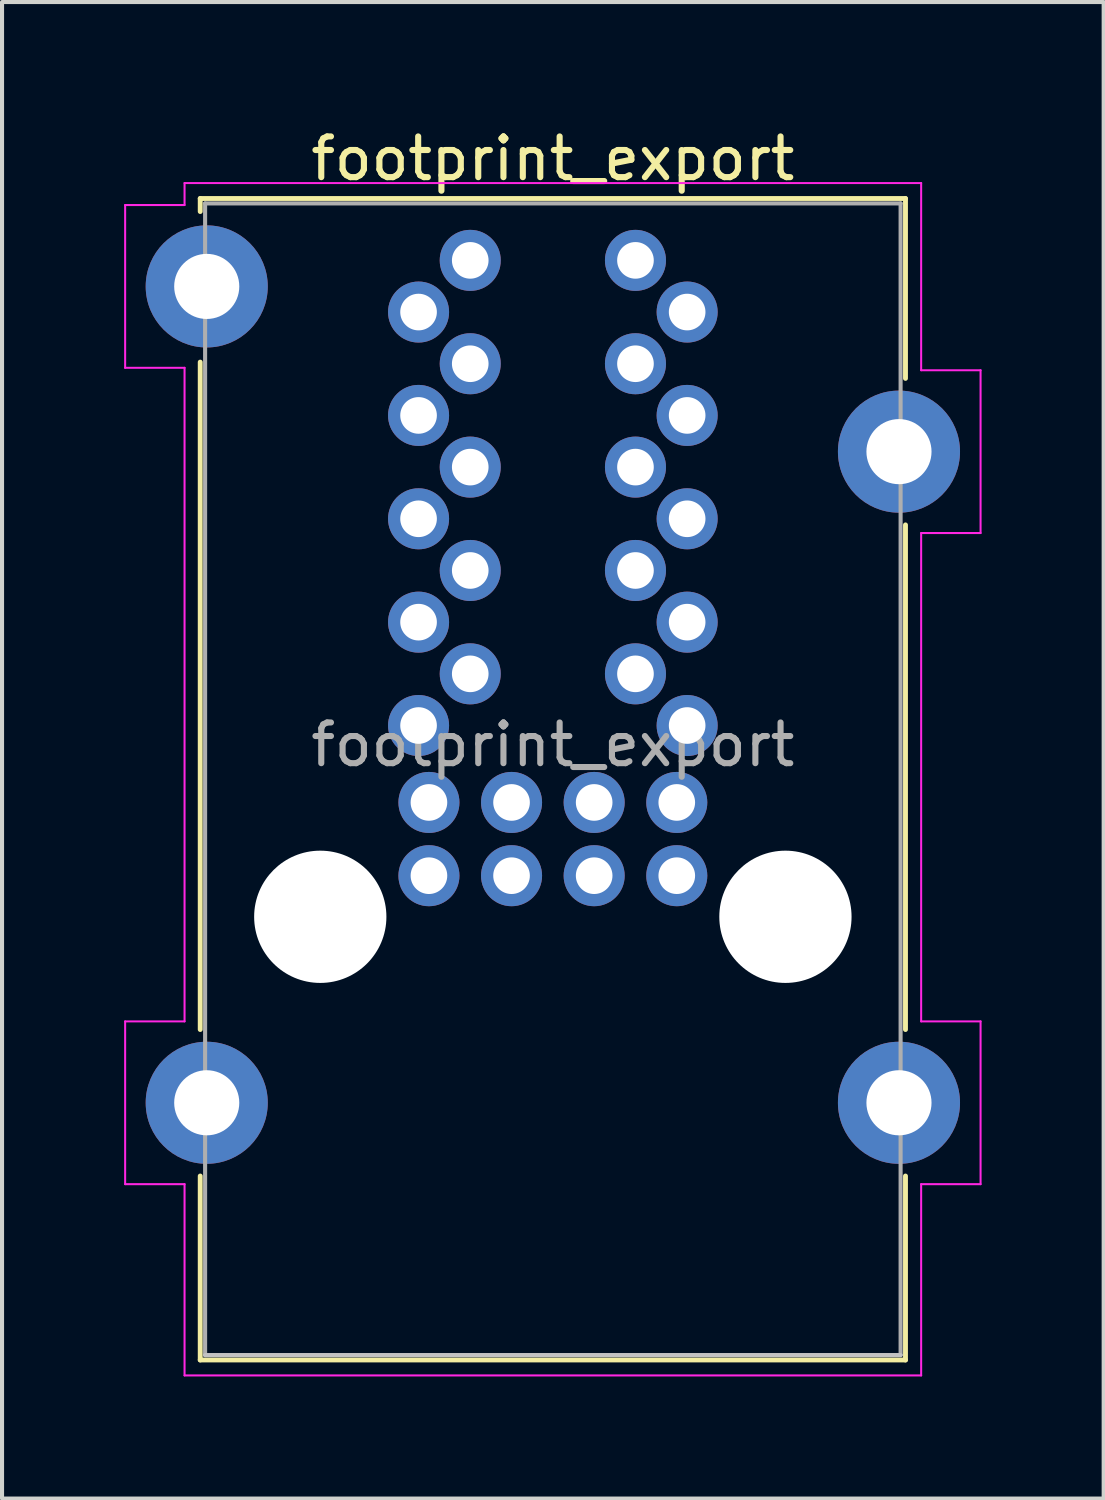
<source format=kicad_pcb>
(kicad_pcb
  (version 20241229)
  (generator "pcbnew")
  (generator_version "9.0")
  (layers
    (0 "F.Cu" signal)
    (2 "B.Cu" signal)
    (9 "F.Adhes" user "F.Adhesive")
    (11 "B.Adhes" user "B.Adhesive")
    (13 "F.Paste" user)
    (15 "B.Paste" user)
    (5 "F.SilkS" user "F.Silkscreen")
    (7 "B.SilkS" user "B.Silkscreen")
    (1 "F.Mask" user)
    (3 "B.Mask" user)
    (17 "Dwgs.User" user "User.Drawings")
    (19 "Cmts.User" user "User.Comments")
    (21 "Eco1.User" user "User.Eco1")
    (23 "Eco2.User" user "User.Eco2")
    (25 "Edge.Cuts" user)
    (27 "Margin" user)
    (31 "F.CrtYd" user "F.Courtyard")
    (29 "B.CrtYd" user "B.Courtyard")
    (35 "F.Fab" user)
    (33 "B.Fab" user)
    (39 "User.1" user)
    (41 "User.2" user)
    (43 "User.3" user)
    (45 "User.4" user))
  (footprint "footprint_export"
    (layer "F.Cu")
    (at 13.835 14.778)
    (property "Reference" "footprint_export" (at -3.3 -13.93 0) (layer "F.SilkS") (effects (font (size 1 1) (thickness 0.15))))
    (attr through_hole)
    (fp_line (start -11.965 -12.95) (end -11.965 -12.63) (stroke (width 0.12) (type solid)) (layer "F.SilkS"))
    (fp_line (start -11.965 -12.95) (end 5.365 -12.95) (stroke (width 0.12) (type solid)) (layer "F.SilkS"))
    (fp_line (start -11.965 -8.93) (end -11.965 7.47) (stroke (width 0.12) (type solid)) (layer "F.SilkS"))
    (fp_line (start -11.965 15.59) (end -11.965 11.07) (stroke (width 0.12) (type solid)) (layer "F.SilkS"))
    (fp_line (start 5.365 -12.95) (end 5.365 -8.53) (stroke (width 0.12) (type solid)) (layer "F.SilkS"))
    (fp_line (start 5.365 7.47) (end 5.365 -4.93) (stroke (width 0.12) (type solid)) (layer "F.SilkS"))
    (fp_line (start 5.365 15.59) (end -11.965 15.59) (stroke (width 0.12) (type solid)) (layer "F.SilkS"))
    (fp_line (start 5.365 15.59) (end 5.365 11.07) (stroke (width 0.12) (type solid)) (layer "F.SilkS"))
    (fp_line (start 5.245 15.47) (end -11.845 15.47) (stroke (width 0.1) (type solid)) (layer "Dwgs.User"))
    (fp_line (start -13.81 -12.79) (end -13.81 -8.79) (stroke (width 0.05) (type solid)) (layer "F.CrtYd"))
    (fp_line (start -13.81 -12.79) (end -12.35 -12.79) (stroke (width 0.05) (type solid)) (layer "F.CrtYd"))
    (fp_line (start -13.81 -8.79) (end -12.35 -8.79) (stroke (width 0.05) (type solid)) (layer "F.CrtYd"))
    (fp_line (start -13.81 7.27) (end -13.81 11.27) (stroke (width 0.05) (type solid)) (layer "F.CrtYd"))
    (fp_line (start -12.35 -13.33) (end -12.35 -12.79) (stroke (width 0.05) (type solid)) (layer "F.CrtYd"))
    (fp_line (start -12.35 -13.33) (end 5.75 -13.33) (stroke (width 0.05) (type solid)) (layer "F.CrtYd"))
    (fp_line (start -12.35 -8.79) (end -12.35 7.27) (stroke (width 0.05) (type solid)) (layer "F.CrtYd"))
    (fp_line (start -12.35 7.27) (end -13.81 7.27) (stroke (width 0.05) (type solid)) (layer "F.CrtYd"))
    (fp_line (start -12.35 11.27) (end -13.81 11.27) (stroke (width 0.05) (type solid)) (layer "F.CrtYd"))
    (fp_line (start -12.35 11.27) (end -12.35 15.97) (stroke (width 0.05) (type solid)) (layer "F.CrtYd"))
    (fp_line (start -12.35 15.97) (end 5.75 15.97) (stroke (width 0.05) (type solid)) (layer "F.CrtYd"))
    (fp_line (start 5.75 -13.33) (end 5.75 -8.73) (stroke (width 0.05) (type solid)) (layer "F.CrtYd"))
    (fp_line (start 5.75 -8.73) (end 7.21 -8.73) (stroke (width 0.05) (type solid)) (layer "F.CrtYd"))
    (fp_line (start 5.75 -4.73) (end 5.75 7.27) (stroke (width 0.05) (type solid)) (layer "F.CrtYd"))
    (fp_line (start 5.75 -4.73) (end 7.21 -4.73) (stroke (width 0.05) (type solid)) (layer "F.CrtYd"))
    (fp_line (start 5.75 7.27) (end 7.21 7.27) (stroke (width 0.05) (type solid)) (layer "F.CrtYd"))
    (fp_line (start 5.75 11.27) (end 5.75 15.97) (stroke (width 0.05) (type solid)) (layer "F.CrtYd"))
    (fp_line (start 5.75 11.27) (end 7.21 11.27) (stroke (width 0.05) (type solid)) (layer "F.CrtYd"))
    (fp_line (start 7.21 -8.73) (end 7.21 -4.73) (stroke (width 0.05) (type solid)) (layer "F.CrtYd"))
    (fp_line (start 7.21 7.27) (end 7.21 11.27) (stroke (width 0.05) (type solid)) (layer "F.CrtYd"))
    (fp_line (start -11.845 -12.83) (end 5.245 -12.83) (stroke (width 0.1) (type solid)) (layer "F.Fab"))
    (fp_line (start -11.845 15.47) (end -11.845 -12.83) (stroke (width 0.1) (type solid)) (layer "F.Fab"))
    (fp_line (start 5.245 -12.83) (end 5.245 15.47) (stroke (width 0.1) (type solid)) (layer "F.Fab"))
    (fp_line (start 5.245 15.47) (end -11.845 15.47) (stroke (width 0.1) (type solid)) (layer "F.Fab"))
    (fp_text user "${REFERENCE}" (at -3.3 0.47 0) (layer "F.Fab") (effects (font (size 1 1) (thickness 0.15))))
    (pad "" np_thru_hole circle (at -9.015 4.7) (size 3.25 3.25) (drill 3.25) (layers "*.Cu" "*.Mask"))
    (pad "" np_thru_hole circle (at 2.415 4.7) (size 3.25 3.25) (drill 3.25) (layers "*.Cu" "*.Mask"))
    (pad "1D" thru_hole circle (at -6.6 0) (size 1.5 1.5) (drill 0.9) (layers "*.Cu" "*.Mask"))
    (pad "1U" thru_hole circle (at 0 0) (size 1.5 1.5) (drill 0.9) (layers "*.Cu" "*.Mask"))
    (pad "2D" thru_hole circle (at -5.33 -1.27) (size 1.5 1.5) (drill 0.9) (layers "*.Cu" "*.Mask"))
    (pad "2U" thru_hole circle (at -1.27 -1.27) (size 1.5 1.5) (drill 0.9) (layers "*.Cu" "*.Mask"))
    (pad "3D" thru_hole circle (at -6.6 -2.54) (size 1.5 1.5) (drill 0.9) (layers "*.Cu" "*.Mask"))
    (pad "3U" thru_hole circle (at 0 -2.54) (size 1.5 1.5) (drill 0.9) (layers "*.Cu" "*.Mask"))
    (pad "4D" thru_hole circle (at -5.33 -3.81) (size 1.5 1.5) (drill 0.9) (layers "*.Cu" "*.Mask"))
    (pad "4U" thru_hole circle (at -1.27 -3.81) (size 1.5 1.5) (drill 0.9) (layers "*.Cu" "*.Mask"))
    (pad "5D" thru_hole circle (at -6.6 -5.08) (size 1.5 1.5) (drill 0.9) (layers "*.Cu" "*.Mask"))
    (pad "5U" thru_hole circle (at 0 -5.08) (size 1.5 1.5) (drill 0.9) (layers "*.Cu" "*.Mask"))
    (pad "6D" thru_hole circle (at -5.33 -6.35) (size 1.5 1.5) (drill 0.9) (layers "*.Cu" "*.Mask"))
    (pad "6U" thru_hole circle (at -1.27 -6.35) (size 1.5 1.5) (drill 0.9) (layers "*.Cu" "*.Mask"))
    (pad "7D" thru_hole circle (at -6.6 -7.62) (size 1.5 1.5) (drill 0.9) (layers "*.Cu" "*.Mask"))
    (pad "7U" thru_hole circle (at 0 -7.62) (size 1.5 1.5) (drill 0.9) (layers "*.Cu" "*.Mask"))
    (pad "8D" thru_hole circle (at -5.33 -8.89) (size 1.5 1.5) (drill 0.9) (layers "*.Cu" "*.Mask"))
    (pad "8U" thru_hole circle (at -1.27 -8.89) (size 1.5 1.5) (drill 0.9) (layers "*.Cu" "*.Mask"))
    (pad "9D" thru_hole circle (at -6.6 -10.16) (size 1.5 1.5) (drill 0.9) (layers "*.Cu" "*.Mask"))
    (pad "9U" thru_hole circle (at 0 -10.16) (size 1.5 1.5) (drill 0.9) (layers "*.Cu" "*.Mask"))
    (pad "10D" thru_hole circle (at -5.33 -11.43) (size 1.5 1.5) (drill 0.9) (layers "*.Cu" "*.Mask"))
    (pad "10U" thru_hole circle (at -1.27 -11.43) (size 1.5 1.5) (drill 0.9) (layers "*.Cu" "*.Mask"))
    (pad "11D" thru_hole circle (at -0.255 3.69) (size 1.5 1.5) (drill 0.9) (layers "*.Cu" "*.Mask"))
    (pad "11U" thru_hole circle (at -0.255 1.89) (size 1.5 1.5) (drill 0.9) (layers "*.Cu" "*.Mask"))
    (pad "12D" thru_hole circle (at -2.285 3.69) (size 1.5 1.5) (drill 0.9) (layers "*.Cu" "*.Mask"))
    (pad "12U" thru_hole circle (at -2.285 1.89) (size 1.5 1.5) (drill 0.9) (layers "*.Cu" "*.Mask"))
    (pad "13D" thru_hole circle (at -4.315 3.69) (size 1.5 1.5) (drill 0.9) (layers "*.Cu" "*.Mask"))
    (pad "13U" thru_hole circle (at -4.315 1.89) (size 1.5 1.5) (drill 0.9) (layers "*.Cu" "*.Mask"))
    (pad "14D" thru_hole circle (at -6.345 3.69) (size 1.5 1.5) (drill 0.9) (layers "*.Cu" "*.Mask"))
    (pad "14U" thru_hole circle (at -6.345 1.89) (size 1.5 1.5) (drill 0.9) (layers "*.Cu" "*.Mask"))
    (pad "SH" thru_hole circle (at -11.805 -10.79) (size 3 3) (drill 1.6) (layers "*.Cu" "*.Mask"))
    (pad "SH" thru_hole circle (at -11.805 9.27) (size 3 3) (drill 1.6) (layers "*.Cu" "*.Mask"))
    (pad "SH" thru_hole circle (at 5.205 -6.73) (size 3 3) (drill 1.6) (layers "*.Cu" "*.Mask"))
    (pad "SH" thru_hole circle (at 5.205 9.27) (size 3 3) (drill 1.6) (layers "*.Cu" "*.Mask")))
  (gr_rect
    (start -3 -3)
    (end 24.07 33.773)
    (stroke (width 0.1) (type default))
    (fill no)
    (layer "Edge.Cuts")))
</source>
